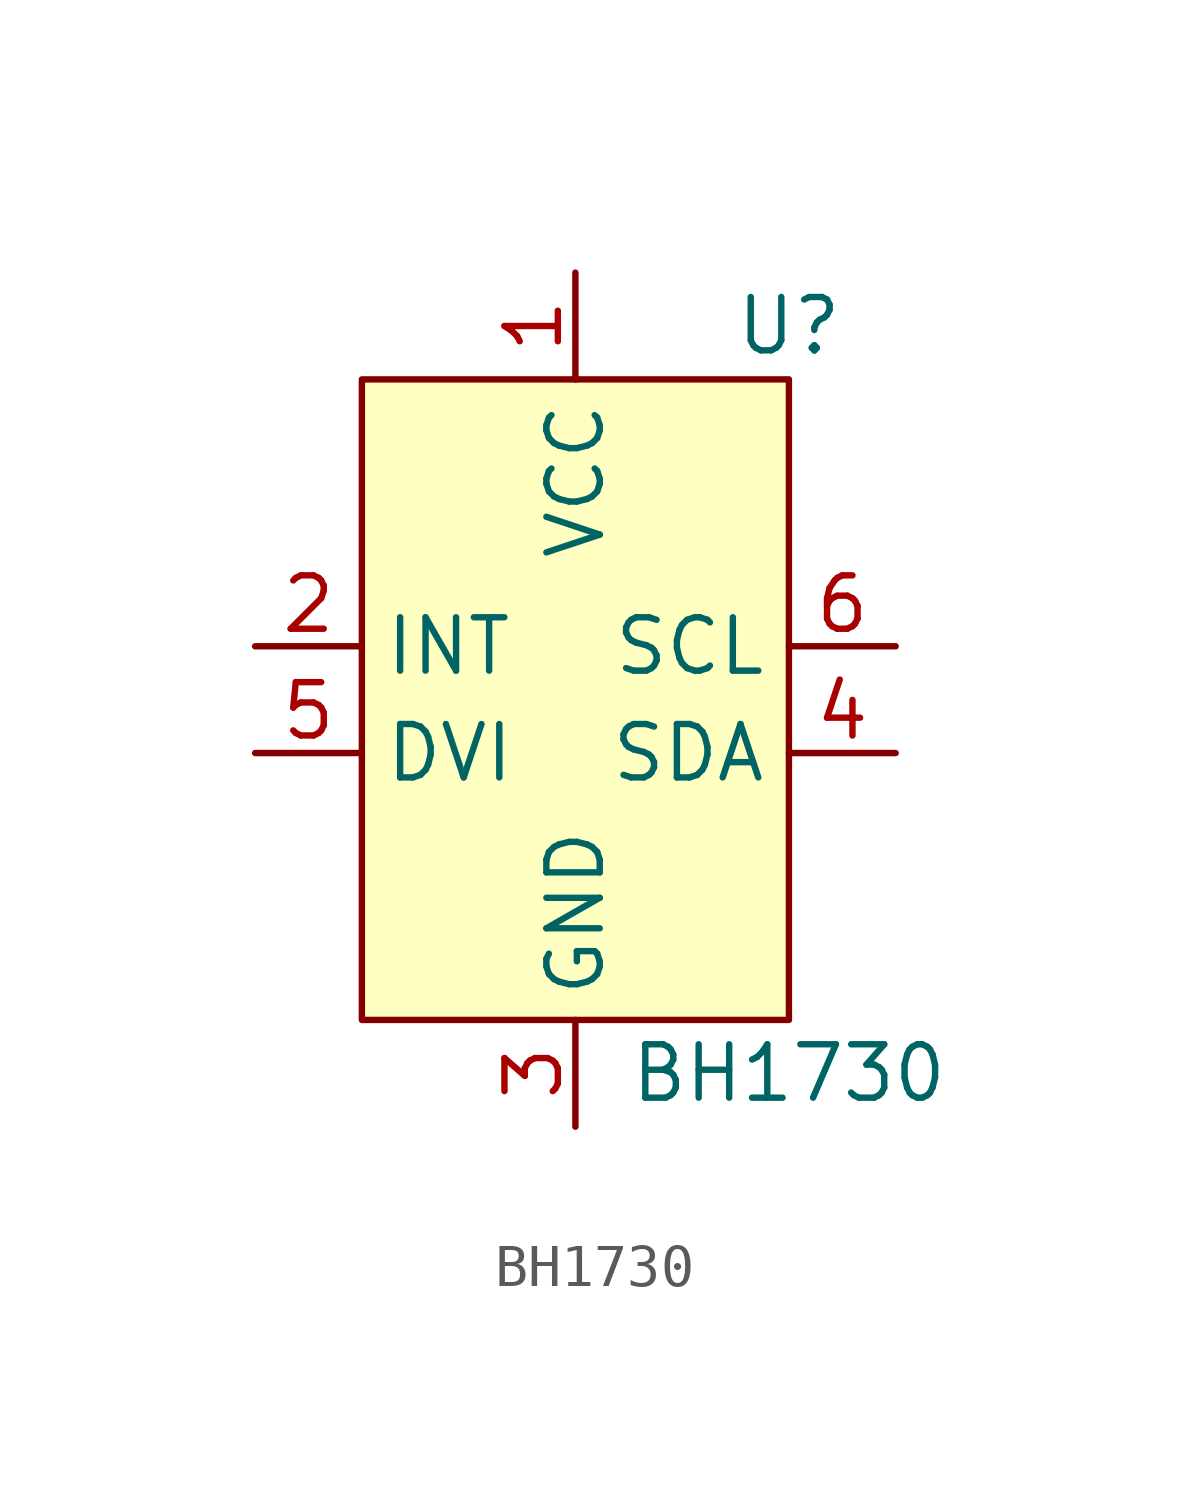
<source format=kicad_sym>
(kicad_symbol_lib
  (version 20220914)
  (generator kicad_symbol_editor)
  (symbol "BH1730"
    (property "Reference" "U"
      (at 5.08 8.89 0)
      (effects (font (size 1.27 1.27))))
    (property "Value" "BH1730"
      (at 5.08 -8.89 0)
      (effects (font (size 1.27 1.27))))
    (symbol "BH1730_1_1"
      (rectangle (start -5.08 7.62) (end 5.08 -7.62) (stroke (width 0) (type default)) (fill (type background)))
      (pin power_in line (at 0 10.16 270) (length 2.54) (name "VCC" (effects (font (size 1.27 1.27)))) (number "1" (effects (font (size 1.27 1.27)))))
      (pin bidirectional line (at -7.62 1.27 0) (length 2.54) (name "INT" (effects (font (size 1.27 1.27)))) (number "2" (effects (font (size 1.27 1.27)))))
      (pin power_in line (at 0 -10.16 90) (length 2.54) (name "GND" (effects (font (size 1.27 1.27)))) (number "3" (effects (font (size 1.27 1.27)))))
      (pin bidirectional line (at 7.62 -1.27 180) (length 2.54) (name "SDA" (effects (font (size 1.27 1.27)))) (number "4" (effects (font (size 1.27 1.27)))))
      (pin bidirectional line (at -7.62 -1.27 0) (length 2.54) (name "DVI" (effects (font (size 1.27 1.27)))) (number "5" (effects (font (size 1.27 1.27)))))
      (pin bidirectional line (at 7.62 1.27 180) (length 2.54) (name "SCL" (effects (font (size 1.27 1.27)))) (number "6" (effects (font (size 1.27 1.27))))))))
</source>
